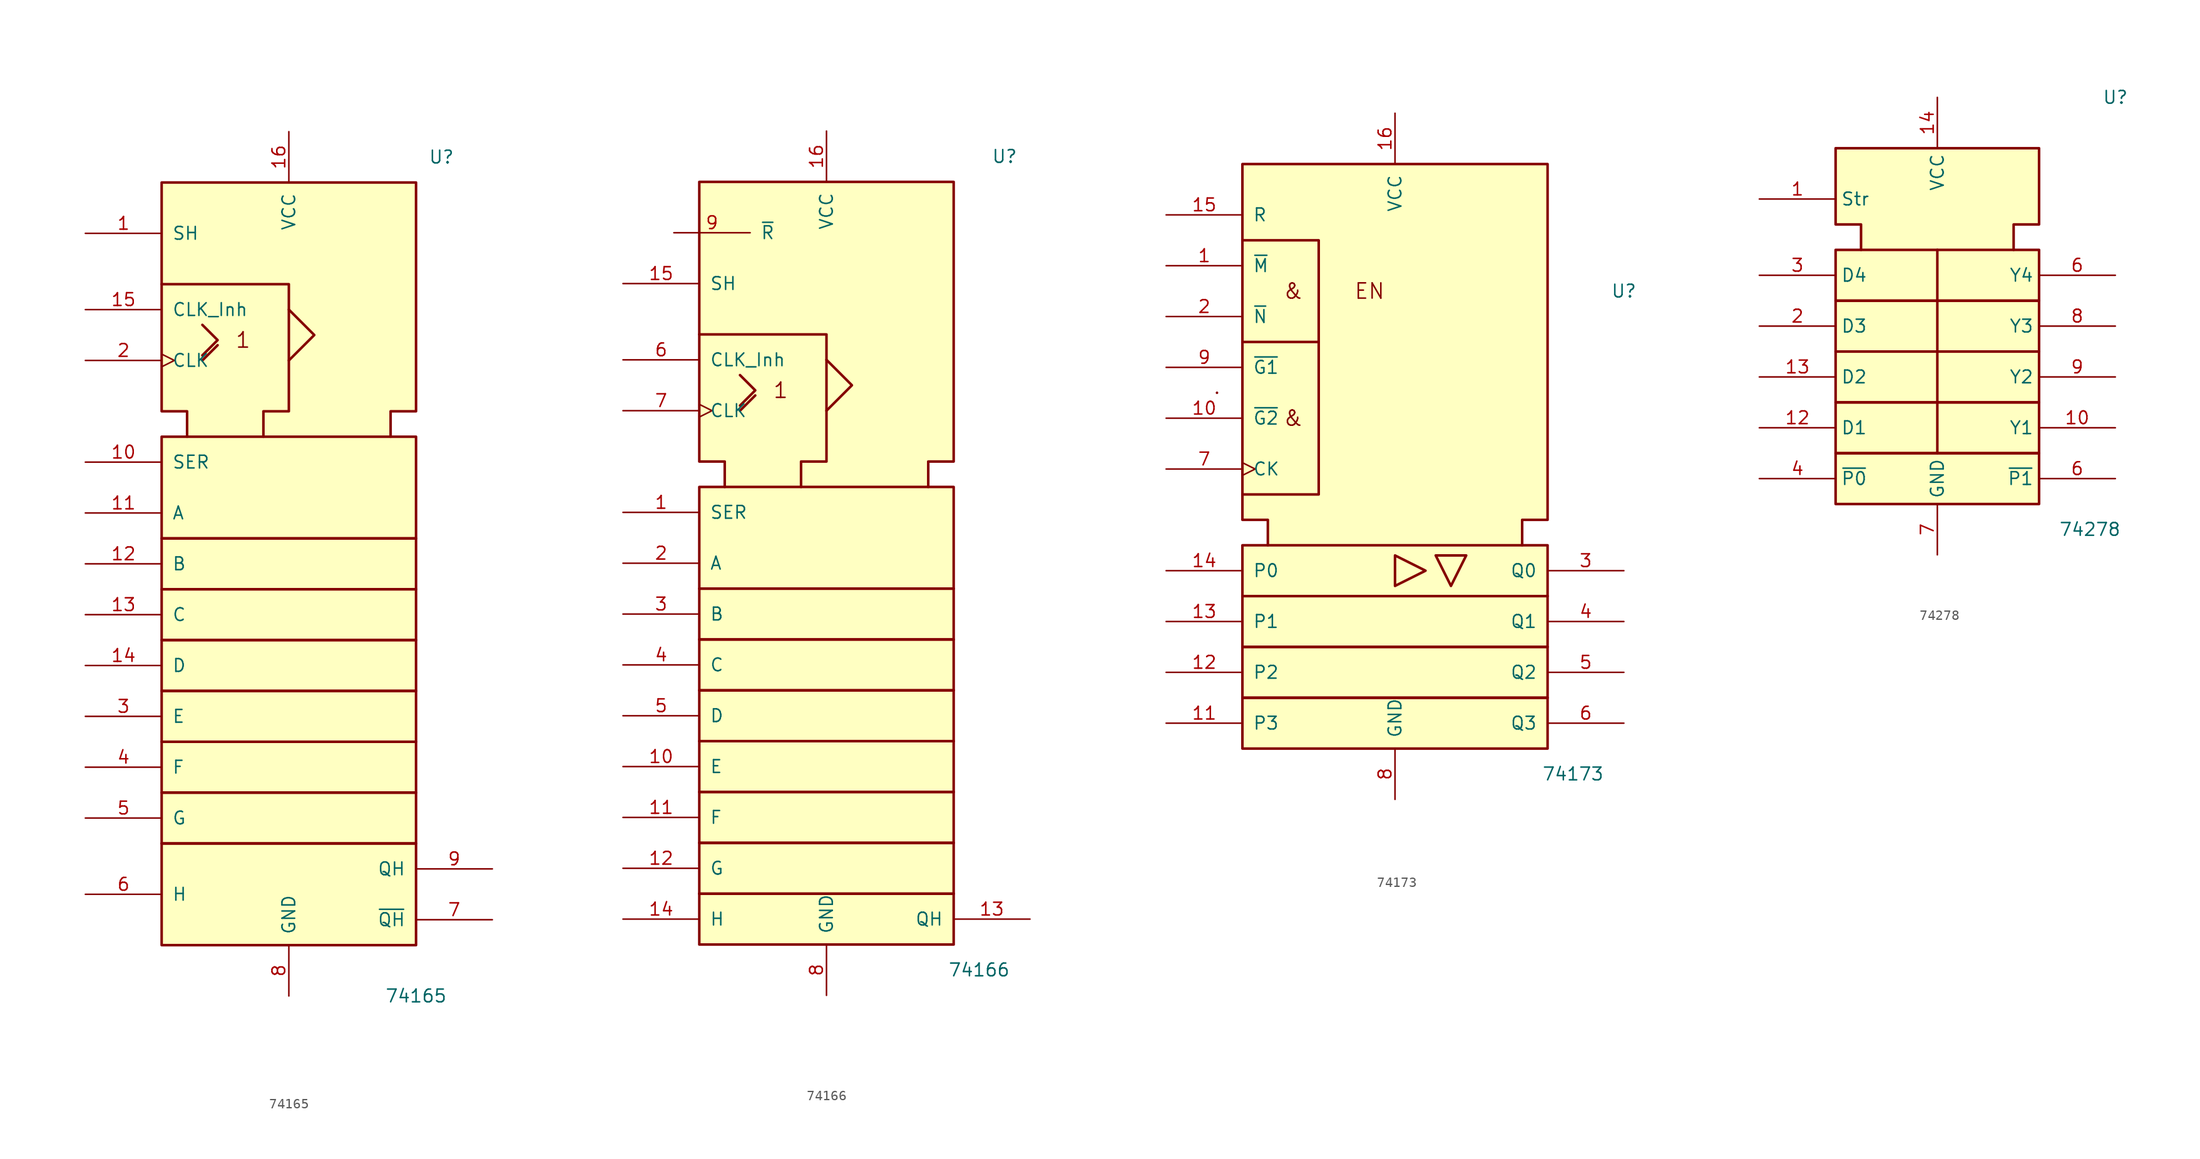
<source format=kicad_sym>
(kicad_symbol_lib
  (version 20241209)
  (generator "kicad_symbol_editor")
  (generator_version "9.0")
  (symbol "74165"
    (pin_names
      (offset 1.016))
    (property "Reference" "U"
      (at 15.24 30.48 0)
      (effects (font (size 1.27 1.27))))
    (property "Value" "74165"
      (at 12.7 -53.34 0)
      (effects (font (size 1.27 1.27))))
    (symbol "74165_0_0"
      (polyline (pts (xy -12.7 17.78) (xy 0 17.78) (xy 0 5.08) (xy -2.54 5.08) (xy -2.54 2.54) (xy -2.54 2.54)) (stroke (width 0.254) (type default)) (fill (type background)))
      (rectangle (start -12.7 2.54) (end 12.7 -7.62) (stroke (width 0.254) (type default)) (fill (type background)))
      (rectangle (start -12.7 -7.62) (end 12.7 -12.7) (stroke (width 0.254) (type default)) (fill (type background)))
      (rectangle (start -12.7 -12.7) (end 12.7 -17.78) (stroke (width 0.254) (type default)) (fill (type background)))
      (rectangle (start -12.7 -17.78) (end 12.7 -22.86) (stroke (width 0.254) (type default)) (fill (type background)))
      (rectangle (start -12.7 -22.86) (end 12.7 -27.94) (stroke (width 0.254) (type default)) (fill (type background)))
      (rectangle (start -12.7 -27.94) (end 12.7 -33.02) (stroke (width 0.254) (type default)) (fill (type background)))
      (rectangle (start -12.7 -33.02) (end 12.7 -38.1) (stroke (width 0.254) (type default)) (fill (type background)))
      (rectangle (start -12.7 -38.1) (end -12.7 -38.1) (stroke (width 0.254) (type default)) (fill (type background)))
      (rectangle (start -12.7 -38.1) (end 12.7 -48.26) (stroke (width 0.254) (type default)) (fill (type background)))
      (polyline (pts (xy -10.16 2.54) (xy -10.16 5.08) (xy -12.7 5.08) (xy -12.7 27.94) (xy 12.7 27.94) (xy 12.7 5.08) (xy 10.16 5.08) (xy 10.16 2.54) (xy 10.16 2.54)) (stroke (width 0.254) (type default)) (fill (type background)))
      (polyline (pts (xy -8.636 13.716) (xy -7.112 12.192) (xy -8.636 10.668) (xy -8.636 10.668)) (stroke (width 0.254) (type default)) (fill (type background)))
      (polyline (pts (xy -8.636 10.16) (xy -7.112 11.684) (xy -7.112 11.684)) (stroke (width 0.254) (type default)) (fill (type background)))
      (polyline (pts (xy 0 15.24) (xy 2.54 12.7) (xy 0 10.16) (xy 0 10.16)) (stroke (width 0.254) (type default)) (fill (type background)))
      (text "1" (at -4.572 12.192 0) (effects (font (size 1.524 1.524)))))
    (symbol "74165_0_1"
      (pin power_in line (at 0 -53.34 90) (length 5.08) (name "GND" (effects (font (size 1.27 1.27)))) (number "8" (effects (font (size 1.27 1.27))))))
    (symbol "74165_1_1"
      (pin input line (at -20.32 22.86 0) (length 7.62) (name "SH" (effects (font (size 1.27 1.27)))) (number "1" (effects (font (size 1.27 1.27)))))
      (pin input line (at -20.32 15.24 0) (length 7.62) (name "CLK_Inh" (effects (font (size 1.27 1.27)))) (number "15" (effects (font (size 1.27 1.27)))))
      (pin input clock (at -20.32 10.16 0) (length 7.62) (name "CLK" (effects (font (size 1.27 1.27)))) (number "2" (effects (font (size 1.27 1.27)))))
      (pin input line (at -20.32 0 0) (length 7.62) (name "SER" (effects (font (size 1.27 1.27)))) (number "10" (effects (font (size 1.27 1.27)))))
      (pin input line (at -20.32 -5.08 0) (length 7.62) (name "A" (effects (font (size 1.27 1.27)))) (number "11" (effects (font (size 1.27 1.27)))))
      (pin input line (at -20.32 -10.16 0) (length 7.62) (name "B" (effects (font (size 1.27 1.27)))) (number "12" (effects (font (size 1.27 1.27)))))
      (pin input line (at -20.32 -15.24 0) (length 7.62) (name "C" (effects (font (size 1.27 1.27)))) (number "13" (effects (font (size 1.27 1.27)))))
      (pin input line (at -20.32 -20.32 0) (length 7.62) (name "D" (effects (font (size 1.27 1.27)))) (number "14" (effects (font (size 1.27 1.27)))))
      (pin input line (at -20.32 -25.4 0) (length 7.62) (name "E" (effects (font (size 1.27 1.27)))) (number "3" (effects (font (size 1.27 1.27)))))
      (pin input line (at -20.32 -30.48 0) (length 7.62) (name "F" (effects (font (size 1.27 1.27)))) (number "4" (effects (font (size 1.27 1.27)))))
      (pin input line (at -20.32 -35.56 0) (length 7.62) (name "G" (effects (font (size 1.27 1.27)))) (number "5" (effects (font (size 1.27 1.27)))))
      (pin input line (at -20.32 -43.18 0) (length 7.62) (name "H" (effects (font (size 1.27 1.27)))) (number "6" (effects (font (size 1.27 1.27)))))
      (pin power_in line (at 0 33.02 270) (length 5.08) (name "VCC" (effects (font (size 1.27 1.27)))) (number "16" (effects (font (size 1.27 1.27)))))
      (pin tri_state line (at 20.32 -40.64 180) (length 7.62) (name "QH" (effects (font (size 1.27 1.27)))) (number "9" (effects (font (size 1.27 1.27)))))
      (pin output line (at 20.32 -45.72 180) (length 7.62) (name "~{QH}" (effects (font (size 1.27 1.27)))) (number "7" (effects (font (size 1.27 1.27)))))))
  (symbol "74166"
    (pin_names
      (offset 1.016))
    (property "Reference" "U"
      (at 17.78 35.56 0)
      (effects (font (size 1.27 1.27))))
    (property "Value" "74166"
      (at 15.24 -45.72 0)
      (effects (font (size 1.27 1.27))))
    (symbol "74166_0_0"
      (polyline (pts (xy -12.7 17.78) (xy 0 17.78) (xy 0 5.08) (xy -2.54 5.08) (xy -2.54 2.54) (xy -2.54 2.54)) (stroke (width 0.254) (type default)) (fill (type background)))
      (rectangle (start -12.7 2.54) (end 12.7 -7.62) (stroke (width 0.254) (type default)) (fill (type background)))
      (rectangle (start -12.7 -7.62) (end 12.7 -12.7) (stroke (width 0.254) (type default)) (fill (type background)))
      (rectangle (start -12.7 -12.7) (end 12.7 -17.78) (stroke (width 0.254) (type default)) (fill (type background)))
      (rectangle (start -12.7 -17.78) (end 12.7 -22.86) (stroke (width 0.254) (type default)) (fill (type background)))
      (rectangle (start -12.7 -22.86) (end 12.7 -27.94) (stroke (width 0.254) (type default)) (fill (type background)))
      (rectangle (start -12.7 -27.94) (end 12.7 -33.02) (stroke (width 0.254) (type default)) (fill (type background)))
      (rectangle (start -12.7 -33.02) (end 12.7 -38.1) (stroke (width 0.254) (type default)) (fill (type background)))
      (rectangle (start -12.7 -38.1) (end -12.7 -38.1) (stroke (width 0.254) (type default)) (fill (type background)))
      (rectangle (start -12.7 -38.1) (end 12.7 -43.18) (stroke (width 0.254) (type default)) (fill (type background)))
      (polyline (pts (xy -10.16 2.54) (xy -10.16 5.08) (xy -12.7 5.08) (xy -12.7 33.02) (xy 12.7 33.02) (xy 12.7 5.08) (xy 10.16 5.08) (xy 10.16 2.54) (xy 10.16 2.54)) (stroke (width 0.254) (type default)) (fill (type background)))
      (polyline (pts (xy -8.636 13.716) (xy -7.112 12.192) (xy -8.636 10.668) (xy -8.636 10.668)) (stroke (width 0.254) (type default)) (fill (type background)))
      (polyline (pts (xy -8.636 10.16) (xy -7.112 11.684) (xy -7.112 11.684)) (stroke (width 0.254) (type default)) (fill (type background)))
      (polyline (pts (xy 0 15.24) (xy 2.54 12.7) (xy 0 10.16) (xy 0 10.16)) (stroke (width 0.254) (type default)) (fill (type background)))
      (text "1" (at -4.572 12.192 0) (effects (font (size 1.524 1.524)))))
    (symbol "74166_0_1"
      (pin power_in line (at 0 -48.26 90) (length 5.08) (name "GND" (effects (font (size 1.27 1.27)))) (number "8" (effects (font (size 1.27 1.27))))))
    (symbol "74166_1_1"
      (pin input line (at -20.32 22.86 0) (length 7.62) (name "SH" (effects (font (size 1.27 1.27)))) (number "15" (effects (font (size 1.27 1.27)))))
      (pin input line (at -20.32 15.24 0) (length 7.62) (name "CLK_Inh" (effects (font (size 1.27 1.27)))) (number "6" (effects (font (size 1.27 1.27)))))
      (pin input clock (at -20.32 10.16 0) (length 7.62) (name "CLK" (effects (font (size 1.27 1.27)))) (number "7" (effects (font (size 1.27 1.27)))))
      (pin input line (at -20.32 0 0) (length 7.62) (name "SER" (effects (font (size 1.27 1.27)))) (number "1" (effects (font (size 1.27 1.27)))))
      (pin input line (at -20.32 -5.08 0) (length 7.62) (name "A" (effects (font (size 1.27 1.27)))) (number "2" (effects (font (size 1.27 1.27)))))
      (pin input line (at -20.32 -10.16 0) (length 7.62) (name "B" (effects (font (size 1.27 1.27)))) (number "3" (effects (font (size 1.27 1.27)))))
      (pin input line (at -20.32 -15.24 0) (length 7.62) (name "C" (effects (font (size 1.27 1.27)))) (number "4" (effects (font (size 1.27 1.27)))))
      (pin input line (at -20.32 -20.32 0) (length 7.62) (name "D" (effects (font (size 1.27 1.27)))) (number "5" (effects (font (size 1.27 1.27)))))
      (pin input line (at -20.32 -25.4 0) (length 7.62) (name "E" (effects (font (size 1.27 1.27)))) (number "10" (effects (font (size 1.27 1.27)))))
      (pin input line (at -20.32 -30.48 0) (length 7.62) (name "F" (effects (font (size 1.27 1.27)))) (number "11" (effects (font (size 1.27 1.27)))))
      (pin input line (at -20.32 -35.56 0) (length 7.62) (name "G" (effects (font (size 1.27 1.27)))) (number "12" (effects (font (size 1.27 1.27)))))
      (pin input line (at -20.32 -40.64 0) (length 7.62) (name "H" (effects (font (size 1.27 1.27)))) (number "14" (effects (font (size 1.27 1.27)))))
      (pin input line (at -15.24 27.94 0) (length 7.62) (name "~{R}" (effects (font (size 1.27 1.27)))) (number "9" (effects (font (size 1.27 1.27)))))
      (pin power_in line (at 0 38.1 270) (length 5.08) (name "VCC" (effects (font (size 1.27 1.27)))) (number "16" (effects (font (size 1.27 1.27)))))
      (pin tri_state line (at 20.32 -40.64 180) (length 7.62) (name "QH" (effects (font (size 1.27 1.27)))) (number "13" (effects (font (size 1.27 1.27)))))))
  (symbol "74173"
    (pin_names
      (offset 1.016))
    (property "Reference" "U"
      (at 22.86 15.24 0)
      (effects (font (size 1.27 1.27))))
    (property "Value" "74173"
      (at 17.78 -33.02 0)
      (effects (font (size 1.27 1.27))))
    (symbol "74173_0_0"
      (polyline (pts (xy -17.78 5.08) (xy -17.78 5.08)) (stroke (width 0.254) (type default)) (fill (type background)))
      (polyline (pts (xy -15.24 20.32) (xy -7.62 20.32) (xy -7.62 10.16) (xy -15.24 10.16) (xy -7.62 10.16) (xy -7.62 -5.08) (xy -15.24 -5.08) (xy -15.24 -5.08)) (stroke (width 0.254) (type default)) (fill (type background)))
      (polyline (pts (xy 0 -11.176) (xy 0 -14.224) (xy 3.048 -12.7) (xy 0 -11.176) (xy 0 -11.176)) (stroke (width 0.254) (type default)) (fill (type background)))
      (polyline (pts (xy 7.112 -11.176) (xy 4.064 -11.176) (xy 5.588 -14.224) (xy 7.112 -11.176) (xy 7.112 -11.176)) (stroke (width 0.254) (type default)) (fill (type background)))
      (text "&" (at -10.16 15.24 0) (effects (font (size 1.524 1.524))))
      (text "&" (at -10.16 2.54 0) (effects (font (size 1.524 1.524))))
      (text "EN" (at -2.54 15.24 0) (effects (font (size 1.524 1.524))))
      (pin power_in line (at 0 33.02 270) (length 5.08) (name "VCC" (effects (font (size 1.27 1.27)))) (number "16" (effects (font (size 1.27 1.27)))))
      (pin power_in line (at 0 -35.56 90) (length 5.08) (name "GND" (effects (font (size 1.27 1.27)))) (number "8" (effects (font (size 1.27 1.27))))))
    (symbol "74173_0_1"
      (rectangle (start -15.24 -10.16) (end 15.24 -15.24) (stroke (width 0.254) (type default)) (fill (type background)))
      (rectangle (start -15.24 -15.24) (end 15.24 -20.32) (stroke (width 0.254) (type default)) (fill (type background)))
      (rectangle (start -15.24 -20.32) (end 15.24 -25.4) (stroke (width 0.254) (type default)) (fill (type background)))
      (rectangle (start -15.24 -25.4) (end 15.24 -30.48) (stroke (width 0.254) (type default)) (fill (type background)))
      (polyline (pts (xy -12.7 -10.16) (xy -12.7 -7.62) (xy -15.24 -7.62) (xy -15.24 27.94) (xy 15.24 27.94) (xy 15.24 -7.62) (xy 12.7 -7.62) (xy 12.7 -10.16) (xy 12.7 -10.16)) (stroke (width 0.254) (type default)) (fill (type background))))
    (symbol "74173_1_1"
      (pin input line (at -22.86 22.86 0) (length 7.62) (name "R" (effects (font (size 1.27 1.27)))) (number "15" (effects (font (size 1.27 1.27)))))
      (pin input line (at -22.86 17.78 0) (length 7.62) (name "~{M}" (effects (font (size 1.27 1.27)))) (number "1" (effects (font (size 1.27 1.27)))))
      (pin input line (at -22.86 12.7 0) (length 7.62) (name "~{N}" (effects (font (size 1.27 1.27)))) (number "2" (effects (font (size 1.27 1.27)))))
      (pin input line (at -22.86 7.62 0) (length 7.62) (name "~{G1}" (effects (font (size 1.27 1.27)))) (number "9" (effects (font (size 1.27 1.27)))))
      (pin input line (at -22.86 2.54 0) (length 7.62) (name "~{G2}" (effects (font (size 1.27 1.27)))) (number "10" (effects (font (size 1.27 1.27)))))
      (pin input clock (at -22.86 -2.54 0) (length 7.62) (name "CK" (effects (font (size 1.27 1.27)))) (number "7" (effects (font (size 1.27 1.27)))))
      (pin input line (at -22.86 -12.7 0) (length 7.62) (name "P0" (effects (font (size 1.27 1.27)))) (number "14" (effects (font (size 1.27 1.27)))))
      (pin input line (at -22.86 -17.78 0) (length 7.62) (name "P1" (effects (font (size 1.27 1.27)))) (number "13" (effects (font (size 1.27 1.27)))))
      (pin input line (at -22.86 -22.86 0) (length 7.62) (name "P2" (effects (font (size 1.27 1.27)))) (number "12" (effects (font (size 1.27 1.27)))))
      (pin input line (at -22.86 -27.94 0) (length 7.62) (name "P3" (effects (font (size 1.27 1.27)))) (number "11" (effects (font (size 1.27 1.27)))))
      (pin output line (at 22.86 -12.7 180) (length 7.62) (name "Q0" (effects (font (size 1.27 1.27)))) (number "3" (effects (font (size 1.27 1.27)))))
      (pin output line (at 22.86 -17.78 180) (length 7.62) (name "Q1" (effects (font (size 1.27 1.27)))) (number "4" (effects (font (size 1.27 1.27)))))
      (pin output line (at 22.86 -22.86 180) (length 7.62) (name "Q2" (effects (font (size 1.27 1.27)))) (number "5" (effects (font (size 1.27 1.27)))))
      (pin output line (at 22.86 -27.94 180) (length 7.62) (name "Q3" (effects (font (size 1.27 1.27)))) (number "6" (effects (font (size 1.27 1.27)))))))
  (symbol "74278"
    (property "Reference" "U"
      (at 17.78 20.32 0)
      (effects (font (size 1.27 1.27))))
    (property "Value" "74278"
      (at 15.24 -22.86 0)
      (effects (font (size 1.27 1.27))))
    (symbol "74278_0_0"
      (rectangle (start -10.16 5.08) (end 10.16 0) (stroke (width 0.254) (type default)) (fill (type background)))
      (rectangle (start -10.16 0) (end 10.16 -5.08) (stroke (width 0.254) (type default)) (fill (type background)))
      (rectangle (start -10.16 -5.08) (end 10.16 -10.16) (stroke (width 0.254) (type default)) (fill (type background)))
      (rectangle (start -10.16 -10.16) (end 10.16 -15.24) (stroke (width 0.254) (type default)) (fill (type background)))
      (rectangle (start -10.16 -15.24) (end 10.16 -20.32) (stroke (width 0.254) (type default)) (fill (type background)))
      (polyline (pts (xy -7.62 5.08) (xy -7.62 7.62) (xy -10.16 7.62) (xy -10.16 15.24) (xy 10.16 15.24) (xy 10.16 7.62) (xy 7.62 7.62) (xy 7.62 5.08) (xy 7.62 5.08)) (stroke (width 0.254) (type default)) (fill (type background)))
      (polyline (pts (xy 0 5.08) (xy 0 -15.24) (xy 0 -15.24)) (stroke (width 0.254) (type default)) (fill (type background)))
      (pin power_in line (at 0 20.32 270) (length 5.08) (name "VCC" (effects (font (size 1.27 1.27)))) (number "14" (effects (font (size 1.27 1.27)))))
      (pin power_in line (at 0 -25.4 90) (length 5.08) (name "GND" (effects (font (size 1.27 1.27)))) (number "7" (effects (font (size 1.27 1.27))))))
    (symbol "74278_1_1"
      (pin input line (at -17.78 10.16 0) (length 7.62) (name "Str" (effects (font (size 1.27 1.27)))) (number "1" (effects (font (size 1.27 1.27)))))
      (pin input line (at -17.78 2.54 0) (length 7.62) (name "D4" (effects (font (size 1.27 1.27)))) (number "3" (effects (font (size 1.27 1.27)))))
      (pin input line (at -17.78 -2.54 0) (length 7.62) (name "D3" (effects (font (size 1.27 1.27)))) (number "2" (effects (font (size 1.27 1.27)))))
      (pin input line (at -17.78 -7.62 0) (length 7.62) (name "D2" (effects (font (size 1.27 1.27)))) (number "13" (effects (font (size 1.27 1.27)))))
      (pin input line (at -17.78 -12.7 0) (length 7.62) (name "D1" (effects (font (size 1.27 1.27)))) (number "12" (effects (font (size 1.27 1.27)))))
      (pin input line (at -17.78 -17.78 0) (length 7.62) (name "~{P0}" (effects (font (size 1.27 1.27)))) (number "4" (effects (font (size 1.27 1.27)))))
      (pin output line (at 17.78 2.54 180) (length 7.62) (name "Y4" (effects (font (size 1.27 1.27)))) (number "6" (effects (font (size 1.27 1.27)))))
      (pin output line (at 17.78 -2.54 180) (length 7.62) (name "Y3" (effects (font (size 1.27 1.27)))) (number "8" (effects (font (size 1.27 1.27)))))
      (pin output line (at 17.78 -7.62 180) (length 7.62) (name "Y2" (effects (font (size 1.27 1.27)))) (number "9" (effects (font (size 1.27 1.27)))))
      (pin output line (at 17.78 -12.7 180) (length 7.62) (name "Y1" (effects (font (size 1.27 1.27)))) (number "10" (effects (font (size 1.27 1.27)))))
      (pin output line (at 17.78 -17.78 180) (length 7.62) (name "~{P1}" (effects (font (size 1.27 1.27)))) (number "6" (effects (font (size 1.27 1.27))))))))
</source>
